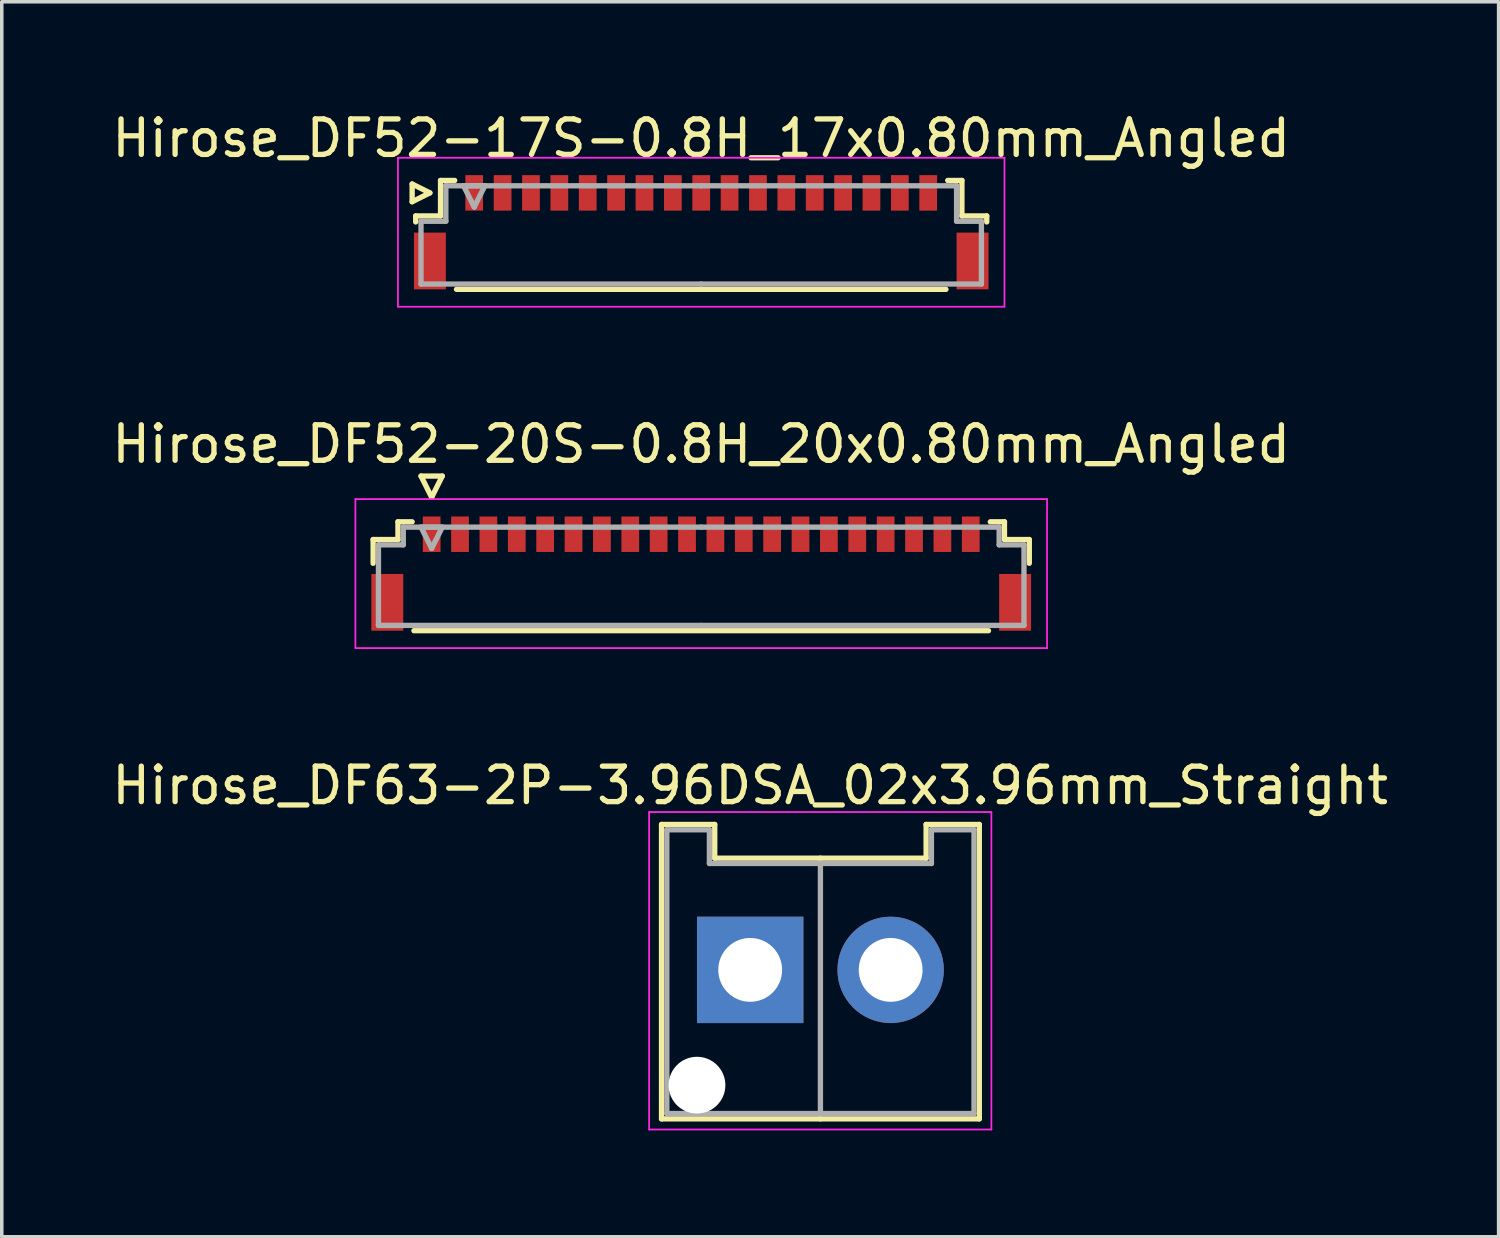
<source format=kicad_pcb>
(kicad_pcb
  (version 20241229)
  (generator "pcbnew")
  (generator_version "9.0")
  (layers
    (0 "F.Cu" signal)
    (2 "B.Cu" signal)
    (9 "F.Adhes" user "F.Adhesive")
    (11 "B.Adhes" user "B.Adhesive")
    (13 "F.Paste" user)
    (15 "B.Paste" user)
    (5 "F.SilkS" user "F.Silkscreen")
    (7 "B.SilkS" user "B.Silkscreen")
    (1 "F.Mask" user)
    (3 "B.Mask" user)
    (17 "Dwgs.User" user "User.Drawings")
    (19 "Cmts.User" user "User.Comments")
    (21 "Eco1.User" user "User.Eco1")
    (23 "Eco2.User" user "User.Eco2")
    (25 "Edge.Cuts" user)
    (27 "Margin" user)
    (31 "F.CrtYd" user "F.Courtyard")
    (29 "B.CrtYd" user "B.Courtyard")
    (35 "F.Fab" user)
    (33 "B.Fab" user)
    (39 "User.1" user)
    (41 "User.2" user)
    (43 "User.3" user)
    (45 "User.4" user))
  (footprint "Hirose_DF52-17S-0.8H_17x0.80mm_Angled"
    (layer "F.Cu")
    (at 16.72 3.348)
    (property "Reference" "Hirose_DF52-17S-0.8H_17x0.80mm_Angled" (at 0 -2.5 0) (layer "F.SilkS") (effects (font (size 1 1) (thickness 0.15))))
    (attr smd)
    (fp_line (start -8.15 -1.21) (end -8.15 -0.71) (stroke (width 0.15) (type solid)) (layer "F.SilkS"))
    (fp_line (start -8.15 -0.71) (end -7.65 -0.96) (stroke (width 0.15) (type solid)) (layer "F.SilkS"))
    (fp_line (start -8.05 -0.31) (end -8.05 -0.14) (stroke (width 0.15) (type solid)) (layer "F.SilkS"))
    (fp_line (start -7.65 -0.96) (end -8.15 -1.21) (stroke (width 0.15) (type solid)) (layer "F.SilkS"))
    (fp_line (start -7.35 -1.31) (end -7.35 -0.31) (stroke (width 0.15) (type solid)) (layer "F.SilkS"))
    (fp_line (start -7.35 -0.31) (end -8.05 -0.31) (stroke (width 0.15) (type solid)) (layer "F.SilkS"))
    (fp_line (start -6.95 -1.31) (end -7.35 -1.31) (stroke (width 0.15) (type solid)) (layer "F.SilkS"))
    (fp_line (start -6.9 1.76) (end 6.9 1.76) (stroke (width 0.15) (type solid)) (layer "F.SilkS"))
    (fp_line (start 6.95 -1.31) (end 7.35 -1.31) (stroke (width 0.15) (type solid)) (layer "F.SilkS"))
    (fp_line (start 7.35 -1.31) (end 7.35 -0.31) (stroke (width 0.15) (type solid)) (layer "F.SilkS"))
    (fp_line (start 7.35 -0.31) (end 8.05 -0.31) (stroke (width 0.15) (type solid)) (layer "F.SilkS"))
    (fp_line (start 8.05 -0.31) (end 8.05 -0.14) (stroke (width 0.15) (type solid)) (layer "F.SilkS"))
    (fp_line (start -8.55 -1.95) (end -8.55 2.25) (stroke (width 0.05) (type solid)) (layer "F.CrtYd"))
    (fp_line (start -8.55 2.25) (end 8.55 2.25) (stroke (width 0.05) (type solid)) (layer "F.CrtYd"))
    (fp_line (start 8.55 -1.95) (end -8.55 -1.95) (stroke (width 0.05) (type solid)) (layer "F.CrtYd"))
    (fp_line (start 8.55 2.25) (end 8.55 -1.95) (stroke (width 0.05) (type solid)) (layer "F.CrtYd"))
    (fp_line (start -7.9 -0.16) (end -7.9 1.61) (stroke (width 0.15) (type solid)) (layer "F.Fab"))
    (fp_line (start -7.9 1.61) (end 0 1.61) (stroke (width 0.15) (type solid)) (layer "F.Fab"))
    (fp_line (start -7.2 -1.16) (end -7.2 -1.16) (stroke (width 0.15) (type solid)) (layer "F.Fab"))
    (fp_line (start -7.2 -1.16) (end -7.2 -0.16) (stroke (width 0.15) (type solid)) (layer "F.Fab"))
    (fp_line (start -7.2 -0.16) (end -7.9 -0.16) (stroke (width 0.15) (type solid)) (layer "F.Fab"))
    (fp_line (start -6.7 -1.16) (end -6.1 -1.16) (stroke (width 0.15) (type solid)) (layer "F.Fab"))
    (fp_line (start -6.4 -0.56) (end -6.7 -1.16) (stroke (width 0.15) (type solid)) (layer "F.Fab"))
    (fp_line (start -6.1 -1.16) (end -6.4 -0.56) (stroke (width 0.15) (type solid)) (layer "F.Fab"))
    (fp_line (start 0 -1.16) (end -7.2 -1.16) (stroke (width 0.15) (type solid)) (layer "F.Fab"))
    (fp_line (start 0 -1.16) (end 7.2 -1.16) (stroke (width 0.15) (type solid)) (layer "F.Fab"))
    (fp_line (start 7.2 -1.16) (end 7.2 -1.16) (stroke (width 0.15) (type solid)) (layer "F.Fab"))
    (fp_line (start 7.2 -1.16) (end 7.2 -0.16) (stroke (width 0.15) (type solid)) (layer "F.Fab"))
    (fp_line (start 7.2 -0.16) (end 7.9 -0.16) (stroke (width 0.15) (type solid)) (layer "F.Fab"))
    (fp_line (start 7.9 -0.16) (end 7.9 1.61) (stroke (width 0.15) (type solid)) (layer "F.Fab"))
    (fp_line (start 7.9 1.61) (end 0 1.61) (stroke (width 0.15) (type solid)) (layer "F.Fab"))
    (pad "" smd rect (at -7.65 0.96) (size 0.9 1.6) (layers "F.Cu" "F.Mask" "F.Paste"))
    (pad "" smd rect (at 7.65 0.96) (size 0.9 1.6) (layers "F.Cu" "F.Mask" "F.Paste"))
    (pad "1" smd rect (at -6.4 -0.96) (size 0.5 1) (layers "F.Cu" "F.Mask" "F.Paste"))
    (pad "2" smd rect (at -5.6 -0.96) (size 0.5 1) (layers "F.Cu" "F.Mask" "F.Paste"))
    (pad "3" smd rect (at -4.8 -0.96) (size 0.5 1) (layers "F.Cu" "F.Mask" "F.Paste"))
    (pad "4" smd rect (at -4 -0.96) (size 0.5 1) (layers "F.Cu" "F.Mask" "F.Paste"))
    (pad "5" smd rect (at -3.2 -0.96) (size 0.5 1) (layers "F.Cu" "F.Mask" "F.Paste"))
    (pad "6" smd rect (at -2.4 -0.96) (size 0.5 1) (layers "F.Cu" "F.Mask" "F.Paste"))
    (pad "7" smd rect (at -1.6 -0.96) (size 0.5 1) (layers "F.Cu" "F.Mask" "F.Paste"))
    (pad "8" smd rect (at -0.8 -0.96) (size 0.5 1) (layers "F.Cu" "F.Mask" "F.Paste"))
    (pad "9" smd rect (at 0 -0.96) (size 0.5 1) (layers "F.Cu" "F.Mask" "F.Paste"))
    (pad "10" smd rect (at 0.8 -0.96) (size 0.5 1) (layers "F.Cu" "F.Mask" "F.Paste"))
    (pad "11" smd rect (at 1.6 -0.96) (size 0.5 1) (layers "F.Cu" "F.Mask" "F.Paste"))
    (pad "12" smd rect (at 2.4 -0.96) (size 0.5 1) (layers "F.Cu" "F.Mask" "F.Paste"))
    (pad "13" smd rect (at 3.2 -0.96) (size 0.5 1) (layers "F.Cu" "F.Mask" "F.Paste"))
    (pad "14" smd rect (at 4 -0.96) (size 0.5 1) (layers "F.Cu" "F.Mask" "F.Paste"))
    (pad "15" smd rect (at 4.8 -0.96) (size 0.5 1) (layers "F.Cu" "F.Mask" "F.Paste"))
    (pad "16" smd rect (at 5.6 -0.96) (size 0.5 1) (layers "F.Cu" "F.Mask" "F.Paste"))
    (pad "17" smd rect (at 6.4 -0.96) (size 0.5 1) (layers "F.Cu" "F.Mask" "F.Paste")))
  (footprint "Hirose_DF63-2P-3.96DSA_02x3.96mm_Straight"
    (layer "F.Cu")
    (at 18.101 24.295)
    (property "Reference" "Hirose_DF63-2P-3.96DSA_02x3.96mm_Straight" (at 0 -5.2 0) (layer "F.SilkS") (effects (font (size 1 1) (thickness 0.15))))
    (attr through_hole)
    (fp_line (start -2.5 -4.1) (end -1 -4.1) (stroke (width 0.15) (type solid)) (layer "F.SilkS"))
    (fp_line (start -2.5 4.2) (end -2.5 -4.1) (stroke (width 0.15) (type solid)) (layer "F.SilkS"))
    (fp_line (start -1 -4.1) (end -1 -3.15) (stroke (width 0.15) (type solid)) (layer "F.SilkS"))
    (fp_line (start -1 -3.15) (end 1.98 -3.15) (stroke (width 0.15) (type solid)) (layer "F.SilkS"))
    (fp_line (start 1.98 4.2) (end -2.5 4.2) (stroke (width 0.15) (type solid)) (layer "F.SilkS"))
    (fp_line (start 1.98 4.2) (end 6.46 4.2) (stroke (width 0.15) (type solid)) (layer "F.SilkS"))
    (fp_line (start 4.96 -4.1) (end 4.96 -3.15) (stroke (width 0.15) (type solid)) (layer "F.SilkS"))
    (fp_line (start 4.96 -3.15) (end 1.98 -3.15) (stroke (width 0.15) (type solid)) (layer "F.SilkS"))
    (fp_line (start 6.46 -4.1) (end 4.96 -4.1) (stroke (width 0.15) (type solid)) (layer "F.SilkS"))
    (fp_line (start 6.46 4.2) (end 6.46 -4.1) (stroke (width 0.15) (type solid)) (layer "F.SilkS"))
    (fp_line (start -2.85 -4.45) (end -2.85 4.5) (stroke (width 0.05) (type solid)) (layer "F.CrtYd"))
    (fp_line (start -2.85 4.5) (end 6.8 4.5) (stroke (width 0.05) (type solid)) (layer "F.CrtYd"))
    (fp_line (start 6.8 -4.45) (end -2.85 -4.45) (stroke (width 0.05) (type solid)) (layer "F.CrtYd"))
    (fp_line (start 6.8 4.5) (end 6.8 -4.45) (stroke (width 0.05) (type solid)) (layer "F.CrtYd"))
    (fp_line (start -2.35 -3.95) (end -1.15 -3.95) (stroke (width 0.15) (type solid)) (layer "F.Fab"))
    (fp_line (start -2.35 4.05) (end -2.35 -3.95) (stroke (width 0.15) (type solid)) (layer "F.Fab"))
    (fp_line (start -1.15 -3.95) (end -1.15 -3) (stroke (width 0.15) (type solid)) (layer "F.Fab"))
    (fp_line (start -1.15 -3) (end 1.98 -3) (stroke (width 0.15) (type solid)) (layer "F.Fab"))
    (fp_line (start 1.98 -3) (end 1.98 4.05) (stroke (width 0.15) (type solid)) (layer "F.Fab"))
    (fp_line (start 1.98 4.05) (end -2.35 4.05) (stroke (width 0.15) (type solid)) (layer "F.Fab"))
    (fp_line (start 1.98 4.05) (end 6.31 4.05) (stroke (width 0.15) (type solid)) (layer "F.Fab"))
    (fp_line (start 5.11 -3.95) (end 5.11 -3) (stroke (width 0.15) (type solid)) (layer "F.Fab"))
    (fp_line (start 5.11 -3) (end 1.98 -3) (stroke (width 0.15) (type solid)) (layer "F.Fab"))
    (fp_line (start 6.31 -3.95) (end 5.11 -3.95) (stroke (width 0.15) (type solid)) (layer "F.Fab"))
    (fp_line (start 6.31 4.05) (end 6.31 -3.95) (stroke (width 0.15) (type solid)) (layer "F.Fab"))
    (pad "" np_thru_hole circle (at -1.5 3.25) (size 1.6 1.6) (drill 1.6) (layers "*.Cu"))
    (pad "1" thru_hole rect (at 0 0) (size 3 3) (drill 1.8) (layers "*.Cu" "*.Mask"))
    (pad "2" thru_hole circle (at 3.96 0) (size 3 3) (drill 1.8) (layers "*.Cu" "*.Mask")))
  (footprint "Hirose_DF52-20S-0.8H_20x0.80mm_Angled"
    (layer "F.Cu")
    (at 16.72 12.972)
    (property "Reference" "Hirose_DF52-20S-0.8H_20x0.80mm_Angled" (at 0 -3.5 0) (layer "F.SilkS") (effects (font (size 1 1) (thickness 0.15))))
    (attr smd)
    (fp_line (start -9.25 -0.81) (end -9.25 -0.14) (stroke (width 0.15) (type solid)) (layer "F.SilkS"))
    (fp_line (start -8.55 -1.31) (end -8.55 -0.81) (stroke (width 0.15) (type solid)) (layer "F.SilkS"))
    (fp_line (start -8.55 -0.81) (end -9.25 -0.81) (stroke (width 0.15) (type solid)) (layer "F.SilkS"))
    (fp_line (start -8.15 -1.31) (end -8.55 -1.31) (stroke (width 0.15) (type solid)) (layer "F.SilkS"))
    (fp_line (start -8.1 1.76) (end 8.1 1.76) (stroke (width 0.15) (type solid)) (layer "F.SilkS"))
    (fp_line (start -7.9 -2.6) (end -7.3 -2.6) (stroke (width 0.15) (type solid)) (layer "F.SilkS"))
    (fp_line (start -7.6 -2) (end -7.9 -2.6) (stroke (width 0.15) (type solid)) (layer "F.SilkS"))
    (fp_line (start -7.3 -2.6) (end -7.6 -2) (stroke (width 0.15) (type solid)) (layer "F.SilkS"))
    (fp_line (start 8.15 -1.31) (end 8.55 -1.31) (stroke (width 0.15) (type solid)) (layer "F.SilkS"))
    (fp_line (start 8.55 -1.31) (end 8.55 -0.81) (stroke (width 0.15) (type solid)) (layer "F.SilkS"))
    (fp_line (start 8.55 -0.81) (end 9.25 -0.81) (stroke (width 0.15) (type solid)) (layer "F.SilkS"))
    (fp_line (start 9.25 -0.81) (end 9.25 -0.14) (stroke (width 0.15) (type solid)) (layer "F.SilkS"))
    (fp_line (start -9.75 -1.95) (end -9.75 2.25) (stroke (width 0.05) (type solid)) (layer "F.CrtYd"))
    (fp_line (start -9.75 2.25) (end 9.75 2.25) (stroke (width 0.05) (type solid)) (layer "F.CrtYd"))
    (fp_line (start 9.75 -1.95) (end -9.75 -1.95) (stroke (width 0.05) (type solid)) (layer "F.CrtYd"))
    (fp_line (start 9.75 2.25) (end 9.75 -1.95) (stroke (width 0.05) (type solid)) (layer "F.CrtYd"))
    (fp_line (start -9.1 -0.66) (end -9.1 1.61) (stroke (width 0.15) (type solid)) (layer "F.Fab"))
    (fp_line (start -9.1 1.61) (end 0 1.61) (stroke (width 0.15) (type solid)) (layer "F.Fab"))
    (fp_line (start -8.4 -1.16) (end -8.4 -1.16) (stroke (width 0.15) (type solid)) (layer "F.Fab"))
    (fp_line (start -8.4 -1.16) (end -8.4 -0.66) (stroke (width 0.15) (type solid)) (layer "F.Fab"))
    (fp_line (start -8.4 -0.66) (end -9.1 -0.66) (stroke (width 0.15) (type solid)) (layer "F.Fab"))
    (fp_line (start -7.9 -1.16) (end -7.3 -1.16) (stroke (width 0.15) (type solid)) (layer "F.Fab"))
    (fp_line (start -7.6 -0.56) (end -7.9 -1.16) (stroke (width 0.15) (type solid)) (layer "F.Fab"))
    (fp_line (start -7.3 -1.16) (end -7.6 -0.56) (stroke (width 0.15) (type solid)) (layer "F.Fab"))
    (fp_line (start 0 -1.16) (end -8.4 -1.16) (stroke (width 0.15) (type solid)) (layer "F.Fab"))
    (fp_line (start 0 -1.16) (end 8.4 -1.16) (stroke (width 0.15) (type solid)) (layer "F.Fab"))
    (fp_line (start 8.4 -1.16) (end 8.4 -1.16) (stroke (width 0.15) (type solid)) (layer "F.Fab"))
    (fp_line (start 8.4 -1.16) (end 8.4 -0.66) (stroke (width 0.15) (type solid)) (layer "F.Fab"))
    (fp_line (start 8.4 -0.66) (end 9.1 -0.66) (stroke (width 0.15) (type solid)) (layer "F.Fab"))
    (fp_line (start 9.1 -0.66) (end 9.1 1.61) (stroke (width 0.15) (type solid)) (layer "F.Fab"))
    (fp_line (start 9.1 1.61) (end 0 1.61) (stroke (width 0.15) (type solid)) (layer "F.Fab"))
    (pad "" smd rect (at -8.85 0.96) (size 0.9 1.6) (layers "F.Cu" "F.Mask" "F.Paste"))
    (pad "" smd rect (at 8.85 0.96) (size 0.9 1.6) (layers "F.Cu" "F.Mask" "F.Paste"))
    (pad "1" smd rect (at -7.6 -0.96) (size 0.5 1) (layers "F.Cu" "F.Mask" "F.Paste"))
    (pad "2" smd rect (at -6.8 -0.96) (size 0.5 1) (layers "F.Cu" "F.Mask" "F.Paste"))
    (pad "3" smd rect (at -6 -0.96) (size 0.5 1) (layers "F.Cu" "F.Mask" "F.Paste"))
    (pad "4" smd rect (at -5.2 -0.96) (size 0.5 1) (layers "F.Cu" "F.Mask" "F.Paste"))
    (pad "5" smd rect (at -4.4 -0.96) (size 0.5 1) (layers "F.Cu" "F.Mask" "F.Paste"))
    (pad "6" smd rect (at -3.6 -0.96) (size 0.5 1) (layers "F.Cu" "F.Mask" "F.Paste"))
    (pad "7" smd rect (at -2.8 -0.96) (size 0.5 1) (layers "F.Cu" "F.Mask" "F.Paste"))
    (pad "8" smd rect (at -2 -0.96) (size 0.5 1) (layers "F.Cu" "F.Mask" "F.Paste"))
    (pad "9" smd rect (at -1.2 -0.96) (size 0.5 1) (layers "F.Cu" "F.Mask" "F.Paste"))
    (pad "10" smd rect (at -0.4 -0.96) (size 0.5 1) (layers "F.Cu" "F.Mask" "F.Paste"))
    (pad "11" smd rect (at 0.4 -0.96) (size 0.5 1) (layers "F.Cu" "F.Mask" "F.Paste"))
    (pad "12" smd rect (at 1.2 -0.96) (size 0.5 1) (layers "F.Cu" "F.Mask" "F.Paste"))
    (pad "13" smd rect (at 2 -0.96) (size 0.5 1) (layers "F.Cu" "F.Mask" "F.Paste"))
    (pad "14" smd rect (at 2.8 -0.96) (size 0.5 1) (layers "F.Cu" "F.Mask" "F.Paste"))
    (pad "15" smd rect (at 3.6 -0.96) (size 0.5 1) (layers "F.Cu" "F.Mask" "F.Paste"))
    (pad "16" smd rect (at 4.4 -0.96) (size 0.5 1) (layers "F.Cu" "F.Mask" "F.Paste"))
    (pad "17" smd rect (at 5.2 -0.96) (size 0.5 1) (layers "F.Cu" "F.Mask" "F.Paste"))
    (pad "18" smd rect (at 6 -0.96) (size 0.5 1) (layers "F.Cu" "F.Mask" "F.Paste"))
    (pad "19" smd rect (at 6.8 -0.96) (size 0.5 1) (layers "F.Cu" "F.Mask" "F.Paste"))
    (pad "20" smd rect (at 7.6 -0.96) (size 0.5 1) (layers "F.Cu" "F.Mask" "F.Paste")))
  (gr_rect
    (start -3 -3)
    (end 39.202 31.82)
    (stroke (width 0.1) (type default))
    (fill no)
    (layer "Edge.Cuts")))
</source>
